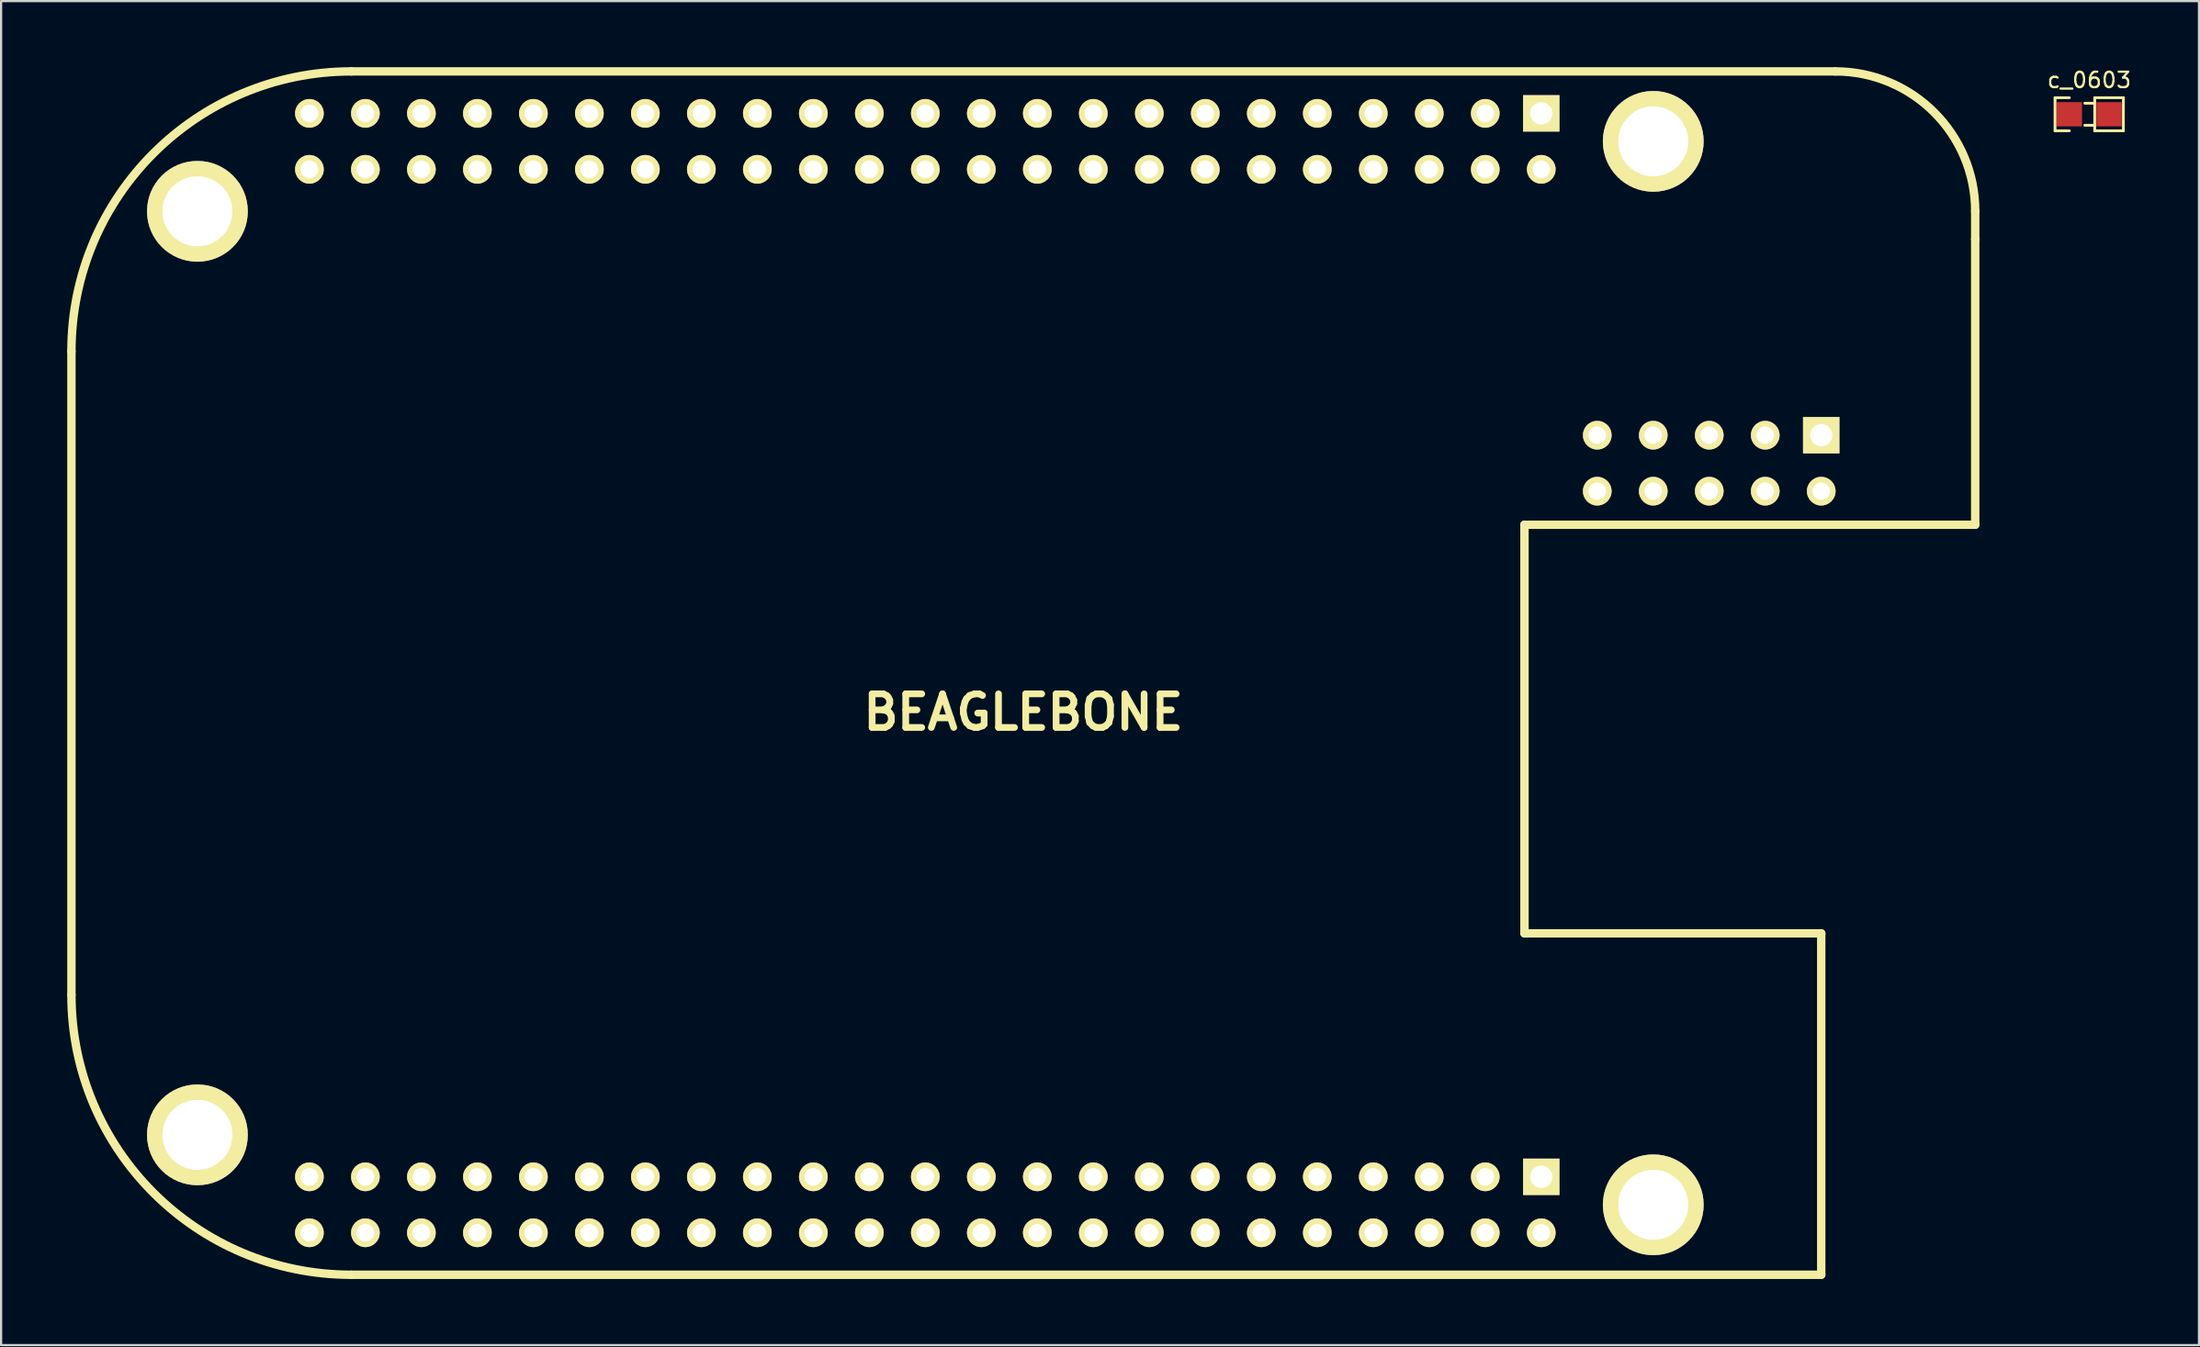
<source format=kicad_pcb>
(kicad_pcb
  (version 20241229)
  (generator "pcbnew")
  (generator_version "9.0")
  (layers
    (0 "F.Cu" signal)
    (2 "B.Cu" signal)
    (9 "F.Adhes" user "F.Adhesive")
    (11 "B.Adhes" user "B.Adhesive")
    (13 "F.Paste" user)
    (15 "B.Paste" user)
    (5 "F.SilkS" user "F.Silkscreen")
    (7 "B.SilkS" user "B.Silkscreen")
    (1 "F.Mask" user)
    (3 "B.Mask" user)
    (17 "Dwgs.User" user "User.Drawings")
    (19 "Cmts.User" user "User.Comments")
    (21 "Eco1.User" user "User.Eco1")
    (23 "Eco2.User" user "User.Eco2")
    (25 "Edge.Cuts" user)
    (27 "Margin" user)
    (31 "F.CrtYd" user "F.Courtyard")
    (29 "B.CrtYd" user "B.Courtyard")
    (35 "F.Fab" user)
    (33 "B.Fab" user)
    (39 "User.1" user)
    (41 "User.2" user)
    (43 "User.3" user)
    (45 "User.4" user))
  (footprint "BEAGLEBONE"
    (layer "F.Cu")
    (at 43.37 27.495)
    (property "Reference" "BEAGLEBONE" (at 0 1.778 0) (layer "F.SilkS") (effects (font (size 1.524 1.524) (thickness 0.305))))
    (attr through_hole)
    (fp_line (start -43.18 -14.605) (end -43.18 14.605) (stroke (width 0.381) (type solid)) (layer "F.SilkS"))
    (fp_line (start -30.48 -27.305) (end 36.83 -27.305) (stroke (width 0.381) (type solid)) (layer "F.SilkS"))
    (fp_line (start -30.48 27.305) (end 36.195 27.305) (stroke (width 0.381) (type solid)) (layer "F.SilkS"))
    (fp_line (start 22.733 -6.731) (end 22.733 11.811) (stroke (width 0.381) (type solid)) (layer "F.SilkS"))
    (fp_line (start 36.195 11.811) (end 22.733 11.811) (stroke (width 0.381) (type solid)) (layer "F.SilkS"))
    (fp_line (start 36.195 27.305) (end 36.195 11.811) (stroke (width 0.381) (type solid)) (layer "F.SilkS"))
    (fp_line (start 43.18 -20.955) (end 43.18 -19.685) (stroke (width 0.381) (type solid)) (layer "F.SilkS"))
    (fp_line (start 43.18 -6.731) (end 22.733 -6.731) (stroke (width 0.381) (type solid)) (layer "F.SilkS"))
    (fp_line (start 43.18 -6.731) (end 43.18 -19.685) (stroke (width 0.381) (type solid)) (layer "F.SilkS"))
    (fp_arc (start -43.18 -14.605) (mid -39.460256 -23.585256) (end -30.48 -27.305) (stroke (width 0.381) (type solid)) (layer "F.SilkS"))
    (fp_arc (start -30.48 27.305) (mid -39.460256 23.585256) (end -43.18 14.605) (stroke (width 0.381) (type solid)) (layer "F.SilkS"))
    (fp_arc (start 36.83 -27.305) (mid 41.320128 -25.445128) (end 43.18 -20.955) (stroke (width 0.381) (type solid)) (layer "F.SilkS"))
    (pad "A1" thru_hole rect (at 36.195 -10.795) (size 1.651 1.651) (drill 1.016) (layers "*.Cu" "*.Mask" "F.SilkS"))
    (pad "A2" thru_hole circle (at 36.195 -8.255) (size 1.3 1.3) (drill 0.8) (layers "*.Cu" "*.Mask" "F.SilkS"))
    (pad "A3" thru_hole circle (at 33.655 -10.795) (size 1.3 1.3) (drill 0.8) (layers "*.Cu" "*.Mask" "F.SilkS"))
    (pad "A4" thru_hole circle (at 33.655 -8.255) (size 1.3 1.3) (drill 0.8) (layers "*.Cu" "*.Mask" "F.SilkS"))
    (pad "A5" thru_hole circle (at 31.115 -10.795) (size 1.3 1.3) (drill 0.8) (layers "*.Cu" "*.Mask" "F.SilkS"))
    (pad "A6" thru_hole circle (at 31.115 -8.255) (size 1.3 1.3) (drill 0.8) (layers "*.Cu" "*.Mask" "F.SilkS"))
    (pad "A7" thru_hole circle (at 28.575 -10.795) (size 1.3 1.3) (drill 0.8) (layers "*.Cu" "*.Mask" "F.SilkS"))
    (pad "A8" thru_hole circle (at 28.575 -8.255) (size 1.3 1.3) (drill 0.8) (layers "*.Cu" "*.Mask" "F.SilkS"))
    (pad "A9" thru_hole circle (at 26.035 -10.795) (size 1.3 1.3) (drill 0.8) (layers "*.Cu" "*.Mask" "F.SilkS"))
    (pad "A10" thru_hole circle (at 26.035 -8.255) (size 1.3 1.3) (drill 0.8) (layers "*.Cu" "*.Mask" "F.SilkS"))
    (pad "B1" thru_hole rect (at 23.495 22.86) (size 1.651 1.651) (drill 1.016) (layers "*.Cu" "*.Mask" "F.SilkS"))
    (pad "B2" thru_hole circle (at 23.495 25.4) (size 1.3 1.3) (drill 0.8) (layers "*.Cu" "*.Mask" "F.SilkS"))
    (pad "B3" thru_hole circle (at 20.955 22.86) (size 1.3 1.3) (drill 0.8) (layers "*.Cu" "*.Mask" "F.SilkS"))
    (pad "B4" thru_hole circle (at 20.955 25.4) (size 1.3 1.3) (drill 0.8) (layers "*.Cu" "*.Mask" "F.SilkS"))
    (pad "B5" thru_hole circle (at 18.415 22.86) (size 1.3 1.3) (drill 0.8) (layers "*.Cu" "*.Mask" "F.SilkS"))
    (pad "B6" thru_hole circle (at 18.415 25.4) (size 1.3 1.3) (drill 0.8) (layers "*.Cu" "*.Mask" "F.SilkS"))
    (pad "B7" thru_hole circle (at 15.875 22.86) (size 1.3 1.3) (drill 0.8) (layers "*.Cu" "*.Mask" "F.SilkS"))
    (pad "B8" thru_hole circle (at 15.875 25.4) (size 1.3 1.3) (drill 0.8) (layers "*.Cu" "*.Mask" "F.SilkS"))
    (pad "B9" thru_hole circle (at 13.335 22.86) (size 1.3 1.3) (drill 0.8) (layers "*.Cu" "*.Mask" "F.SilkS"))
    (pad "B10" thru_hole circle (at 13.335 25.4) (size 1.3 1.3) (drill 0.8) (layers "*.Cu" "*.Mask" "F.SilkS"))
    (pad "B11" thru_hole circle (at 10.795 22.86) (size 1.3 1.3) (drill 0.8) (layers "*.Cu" "*.Mask" "F.SilkS"))
    (pad "B12" thru_hole circle (at 10.795 25.4) (size 1.3 1.3) (drill 0.8) (layers "*.Cu" "*.Mask" "F.SilkS"))
    (pad "B13" thru_hole circle (at 8.255 22.86) (size 1.3 1.3) (drill 0.8) (layers "*.Cu" "*.Mask" "F.SilkS"))
    (pad "B14" thru_hole circle (at 8.255 25.4) (size 1.3 1.3) (drill 0.8) (layers "*.Cu" "*.Mask" "F.SilkS"))
    (pad "B15" thru_hole circle (at 5.715 22.86) (size 1.3 1.3) (drill 0.8) (layers "*.Cu" "*.Mask" "F.SilkS"))
    (pad "B16" thru_hole circle (at 5.715 25.4) (size 1.3 1.3) (drill 0.8) (layers "*.Cu" "*.Mask" "F.SilkS"))
    (pad "B17" thru_hole circle (at 3.175 22.86) (size 1.3 1.3) (drill 0.8) (layers "*.Cu" "*.Mask" "F.SilkS"))
    (pad "B18" thru_hole circle (at 3.175 25.4) (size 1.3 1.3) (drill 0.8) (layers "*.Cu" "*.Mask" "F.SilkS"))
    (pad "B19" thru_hole circle (at 0.635 22.86) (size 1.3 1.3) (drill 0.8) (layers "*.Cu" "*.Mask" "F.SilkS"))
    (pad "B20" thru_hole circle (at 0.635 25.4) (size 1.3 1.3) (drill 0.8) (layers "*.Cu" "*.Mask" "F.SilkS"))
    (pad "B21" thru_hole circle (at -1.905 22.86) (size 1.3 1.3) (drill 0.8) (layers "*.Cu" "*.Mask" "F.SilkS"))
    (pad "B22" thru_hole circle (at -1.905 25.4) (size 1.3 1.3) (drill 0.8) (layers "*.Cu" "*.Mask" "F.SilkS"))
    (pad "B23" thru_hole circle (at -4.445 22.86) (size 1.3 1.3) (drill 0.8) (layers "*.Cu" "*.Mask" "F.SilkS"))
    (pad "B24" thru_hole circle (at -4.445 25.4) (size 1.3 1.3) (drill 0.8) (layers "*.Cu" "*.Mask" "F.SilkS"))
    (pad "B25" thru_hole circle (at -6.985 22.86) (size 1.3 1.3) (drill 0.8) (layers "*.Cu" "*.Mask" "F.SilkS"))
    (pad "B26" thru_hole circle (at -6.985 25.4) (size 1.3 1.3) (drill 0.8) (layers "*.Cu" "*.Mask" "F.SilkS"))
    (pad "B27" thru_hole circle (at -9.525 22.86) (size 1.3 1.3) (drill 0.8) (layers "*.Cu" "*.Mask" "F.SilkS"))
    (pad "B28" thru_hole circle (at -9.525 25.4) (size 1.3 1.3) (drill 0.8) (layers "*.Cu" "*.Mask" "F.SilkS"))
    (pad "B29" thru_hole circle (at -12.065 22.86) (size 1.3 1.3) (drill 0.8) (layers "*.Cu" "*.Mask" "F.SilkS"))
    (pad "B30" thru_hole circle (at -12.065 25.4) (size 1.3 1.3) (drill 0.8) (layers "*.Cu" "*.Mask" "F.SilkS"))
    (pad "B31" thru_hole circle (at -14.605 22.86) (size 1.3 1.3) (drill 0.8) (layers "*.Cu" "*.Mask" "F.SilkS"))
    (pad "B32" thru_hole circle (at -14.605 25.4) (size 1.3 1.3) (drill 0.8) (layers "*.Cu" "*.Mask" "F.SilkS"))
    (pad "B33" thru_hole circle (at -17.145 22.86) (size 1.3 1.3) (drill 0.8) (layers "*.Cu" "*.Mask" "F.SilkS"))
    (pad "B34" thru_hole circle (at -17.145 25.4) (size 1.3 1.3) (drill 0.8) (layers "*.Cu" "*.Mask" "F.SilkS"))
    (pad "B35" thru_hole circle (at -19.685 22.86) (size 1.3 1.3) (drill 0.8) (layers "*.Cu" "*.Mask" "F.SilkS"))
    (pad "B36" thru_hole circle (at -19.685 25.4) (size 1.3 1.3) (drill 0.8) (layers "*.Cu" "*.Mask" "F.SilkS"))
    (pad "B37" thru_hole circle (at -22.225 22.86) (size 1.3 1.3) (drill 0.8) (layers "*.Cu" "*.Mask" "F.SilkS"))
    (pad "B38" thru_hole circle (at -22.225 25.4) (size 1.3 1.3) (drill 0.8) (layers "*.Cu" "*.Mask" "F.SilkS"))
    (pad "B39" thru_hole circle (at -24.765 22.86) (size 1.3 1.3) (drill 0.8) (layers "*.Cu" "*.Mask" "F.SilkS"))
    (pad "B40" thru_hole circle (at -24.765 25.4) (size 1.3 1.3) (drill 0.8) (layers "*.Cu" "*.Mask" "F.SilkS"))
    (pad "B41" thru_hole circle (at -27.305 22.86) (size 1.3 1.3) (drill 0.8) (layers "*.Cu" "*.Mask" "F.SilkS"))
    (pad "B42" thru_hole circle (at -27.305 25.4) (size 1.3 1.3) (drill 0.8) (layers "*.Cu" "*.Mask" "F.SilkS"))
    (pad "B43" thru_hole circle (at -29.845 22.86) (size 1.3 1.3) (drill 0.8) (layers "*.Cu" "*.Mask" "F.SilkS"))
    (pad "B44" thru_hole circle (at -29.845 25.4) (size 1.3 1.3) (drill 0.8) (layers "*.Cu" "*.Mask" "F.SilkS"))
    (pad "B45" thru_hole circle (at -32.385 22.86) (size 1.3 1.3) (drill 0.8) (layers "*.Cu" "*.Mask" "F.SilkS"))
    (pad "B46" thru_hole circle (at -32.385 25.4) (size 1.3 1.3) (drill 0.8) (layers "*.Cu" "*.Mask" "F.SilkS"))
    (pad "C1" thru_hole rect (at 23.495 -25.4) (size 1.651 1.651) (drill 1.016) (layers "*.Cu" "*.Mask" "F.SilkS"))
    (pad "C2" thru_hole circle (at 23.495 -22.86) (size 1.3 1.3) (drill 0.8) (layers "*.Cu" "*.Mask" "F.SilkS"))
    (pad "C3" thru_hole circle (at 20.955 -25.4) (size 1.3 1.3) (drill 0.8) (layers "*.Cu" "*.Mask" "F.SilkS"))
    (pad "C4" thru_hole circle (at 20.955 -22.86) (size 1.3 1.3) (drill 0.8) (layers "*.Cu" "*.Mask" "F.SilkS"))
    (pad "C5" thru_hole circle (at 18.415 -25.4) (size 1.3 1.3) (drill 0.8) (layers "*.Cu" "*.Mask" "F.SilkS"))
    (pad "C6" thru_hole circle (at 18.415 -22.86) (size 1.3 1.3) (drill 0.8) (layers "*.Cu" "*.Mask" "F.SilkS"))
    (pad "C7" thru_hole circle (at 15.875 -25.4) (size 1.3 1.3) (drill 0.8) (layers "*.Cu" "*.Mask" "F.SilkS"))
    (pad "C8" thru_hole circle (at 15.875 -22.86) (size 1.3 1.3) (drill 0.8) (layers "*.Cu" "*.Mask" "F.SilkS"))
    (pad "C9" thru_hole circle (at 13.335 -25.4) (size 1.3 1.3) (drill 0.8) (layers "*.Cu" "*.Mask" "F.SilkS"))
    (pad "C10" thru_hole circle (at 13.335 -22.86) (size 1.3 1.3) (drill 0.8) (layers "*.Cu" "*.Mask" "F.SilkS"))
    (pad "C11" thru_hole circle (at 10.795 -25.4) (size 1.3 1.3) (drill 0.8) (layers "*.Cu" "*.Mask" "F.SilkS"))
    (pad "C12" thru_hole circle (at 10.795 -22.86) (size 1.3 1.3) (drill 0.8) (layers "*.Cu" "*.Mask" "F.SilkS"))
    (pad "C13" thru_hole circle (at 8.255 -25.4) (size 1.3 1.3) (drill 0.8) (layers "*.Cu" "*.Mask" "F.SilkS"))
    (pad "C14" thru_hole circle (at 8.255 -22.86) (size 1.3 1.3) (drill 0.8) (layers "*.Cu" "*.Mask" "F.SilkS"))
    (pad "C15" thru_hole circle (at 5.715 -25.4) (size 1.3 1.3) (drill 0.8) (layers "*.Cu" "*.Mask" "F.SilkS"))
    (pad "C16" thru_hole circle (at 5.715 -22.86) (size 1.3 1.3) (drill 0.8) (layers "*.Cu" "*.Mask" "F.SilkS"))
    (pad "C17" thru_hole circle (at 3.175 -25.4) (size 1.3 1.3) (drill 0.8) (layers "*.Cu" "*.Mask" "F.SilkS"))
    (pad "C18" thru_hole circle (at 3.175 -22.86) (size 1.3 1.3) (drill 0.8) (layers "*.Cu" "*.Mask" "F.SilkS"))
    (pad "C19" thru_hole circle (at 0.635 -25.4) (size 1.3 1.3) (drill 0.8) (layers "*.Cu" "*.Mask" "F.SilkS"))
    (pad "C20" thru_hole circle (at 0.635 -22.86) (size 1.3 1.3) (drill 0.8) (layers "*.Cu" "*.Mask" "F.SilkS"))
    (pad "C21" thru_hole circle (at -1.905 -25.4) (size 1.3 1.3) (drill 0.8) (layers "*.Cu" "*.Mask" "F.SilkS"))
    (pad "C22" thru_hole circle (at -1.905 -22.86) (size 1.3 1.3) (drill 0.8) (layers "*.Cu" "*.Mask" "F.SilkS"))
    (pad "C23" thru_hole circle (at -4.445 -25.4) (size 1.3 1.3) (drill 0.8) (layers "*.Cu" "*.Mask" "F.SilkS"))
    (pad "C24" thru_hole circle (at -4.445 -22.86) (size 1.3 1.3) (drill 0.8) (layers "*.Cu" "*.Mask" "F.SilkS"))
    (pad "C25" thru_hole circle (at -6.985 -25.4) (size 1.3 1.3) (drill 0.8) (layers "*.Cu" "*.Mask" "F.SilkS"))
    (pad "C26" thru_hole circle (at -6.985 -22.86) (size 1.3 1.3) (drill 0.8) (layers "*.Cu" "*.Mask" "F.SilkS"))
    (pad "C27" thru_hole circle (at -9.525 -25.4) (size 1.3 1.3) (drill 0.8) (layers "*.Cu" "*.Mask" "F.SilkS"))
    (pad "C28" thru_hole circle (at -9.525 -22.86) (size 1.3 1.3) (drill 0.8) (layers "*.Cu" "*.Mask" "F.SilkS"))
    (pad "C29" thru_hole circle (at -12.065 -25.4) (size 1.3 1.3) (drill 0.8) (layers "*.Cu" "*.Mask" "F.SilkS"))
    (pad "C30" thru_hole circle (at -12.065 -22.86) (size 1.3 1.3) (drill 0.8) (layers "*.Cu" "*.Mask" "F.SilkS"))
    (pad "C31" thru_hole circle (at -14.605 -25.4) (size 1.3 1.3) (drill 0.8) (layers "*.Cu" "*.Mask" "F.SilkS"))
    (pad "C32" thru_hole circle (at -14.605 -22.86) (size 1.3 1.3) (drill 0.8) (layers "*.Cu" "*.Mask" "F.SilkS"))
    (pad "C33" thru_hole circle (at -17.145 -25.4) (size 1.3 1.3) (drill 0.8) (layers "*.Cu" "*.Mask" "F.SilkS"))
    (pad "C34" thru_hole circle (at -17.145 -22.86) (size 1.3 1.3) (drill 0.8) (layers "*.Cu" "*.Mask" "F.SilkS"))
    (pad "C35" thru_hole circle (at -19.685 -25.4) (size 1.3 1.3) (drill 0.8) (layers "*.Cu" "*.Mask" "F.SilkS"))
    (pad "C36" thru_hole circle (at -19.685 -22.86) (size 1.3 1.3) (drill 0.8) (layers "*.Cu" "*.Mask" "F.SilkS"))
    (pad "C37" thru_hole circle (at -22.225 -25.4) (size 1.3 1.3) (drill 0.8) (layers "*.Cu" "*.Mask" "F.SilkS"))
    (pad "C38" thru_hole circle (at -22.225 -22.86) (size 1.3 1.3) (drill 0.8) (layers "*.Cu" "*.Mask" "F.SilkS"))
    (pad "C39" thru_hole circle (at -24.765 -25.4) (size 1.3 1.3) (drill 0.8) (layers "*.Cu" "*.Mask" "F.SilkS"))
    (pad "C40" thru_hole circle (at -24.765 -22.86) (size 1.3 1.3) (drill 0.8) (layers "*.Cu" "*.Mask" "F.SilkS"))
    (pad "C41" thru_hole circle (at -27.305 -25.4) (size 1.3 1.3) (drill 0.8) (layers "*.Cu" "*.Mask" "F.SilkS"))
    (pad "C42" thru_hole circle (at -27.305 -22.86) (size 1.3 1.3) (drill 0.8) (layers "*.Cu" "*.Mask" "F.SilkS"))
    (pad "C43" thru_hole circle (at -29.845 -25.4) (size 1.3 1.3) (drill 0.8) (layers "*.Cu" "*.Mask" "F.SilkS"))
    (pad "C44" thru_hole circle (at -29.845 -22.86) (size 1.3 1.3) (drill 0.8) (layers "*.Cu" "*.Mask" "F.SilkS"))
    (pad "C45" thru_hole circle (at -32.385 -25.4) (size 1.3 1.3) (drill 0.8) (layers "*.Cu" "*.Mask" "F.SilkS"))
    (pad "C46" thru_hole circle (at -32.385 -22.86) (size 1.3 1.3) (drill 0.8) (layers "*.Cu" "*.Mask" "F.SilkS"))
    (pad "M1" thru_hole circle (at -37.465 -20.955) (size 4.572 4.572) (drill 3.175) (layers "*.Cu" "*.Mask" "F.SilkS"))
    (pad "M2" thru_hole circle (at 28.575 -24.13) (size 4.572 4.572) (drill 3.175) (layers "*.Cu" "*.Mask" "F.SilkS"))
    (pad "M3" thru_hole circle (at 28.575 24.13) (size 4.572 4.572) (drill 3.175) (layers "*.Cu" "*.Mask" "F.SilkS"))
    (pad "M4" thru_hole circle (at -37.465 20.955) (size 4.572 4.572) (drill 3.175) (layers "*.Cu" "*.Mask" "F.SilkS")))
  (footprint "c_0603"
    (layer "F.Cu")
    (at 91.721 2.135)
    (property "Reference" "c_0603" (at 0 -1.55 0) (layer "F.SilkS") (effects (font (size 0.7 0.7) (thickness 0.1))))
    (attr through_hole)
    (fp_line (start -1.55 0.75) (end -1.55 -0.75) (stroke (width 0.127) (type solid)) (layer "F.SilkS"))
    (fp_line (start -1.55 0.75) (end -0.9 0.75) (stroke (width 0.127) (type solid)) (layer "F.SilkS"))
    (fp_line (start -0.9 -0.75) (end -1.55 -0.75) (stroke (width 0.127) (type solid)) (layer "F.SilkS"))
    (fp_line (start -0.2 -0.5) (end 0.2 -0.5) (stroke (width 0.127) (type solid)) (layer "F.SilkS"))
    (fp_line (start 0.2 0.5) (end -0.2 0.5) (stroke (width 0.127) (type solid)) (layer "F.SilkS"))
    (fp_line (start 0.25 -0.75) (end 1.55 -0.75) (stroke (width 0.127) (type solid)) (layer "F.SilkS"))
    (fp_line (start 0.25 0.75) (end 0.25 -0.75) (stroke (width 0.127) (type solid)) (layer "F.SilkS"))
    (fp_line (start 1.55 -0.75) (end 1.55 0.75) (stroke (width 0.127) (type solid)) (layer "F.SilkS"))
    (fp_line (start 1.55 0.75) (end 0.25 0.75) (stroke (width 0.127) (type solid)) (layer "F.SilkS"))
    (pad "1" smd rect (at 0.9 0) (size 1.15 1.1) (layers "F.Cu" "F.Mask" "F.Paste"))
    (pad "2" smd rect (at -0.9 0) (size 1.15 1.1) (layers "F.Cu" "F.Mask" "F.Paste")))
  (gr_rect
    (start -3 -3)
    (end 96.701 57.991)
    (stroke (width 0.1) (type default))
    (fill no)
    (layer "Edge.Cuts")))
</source>
